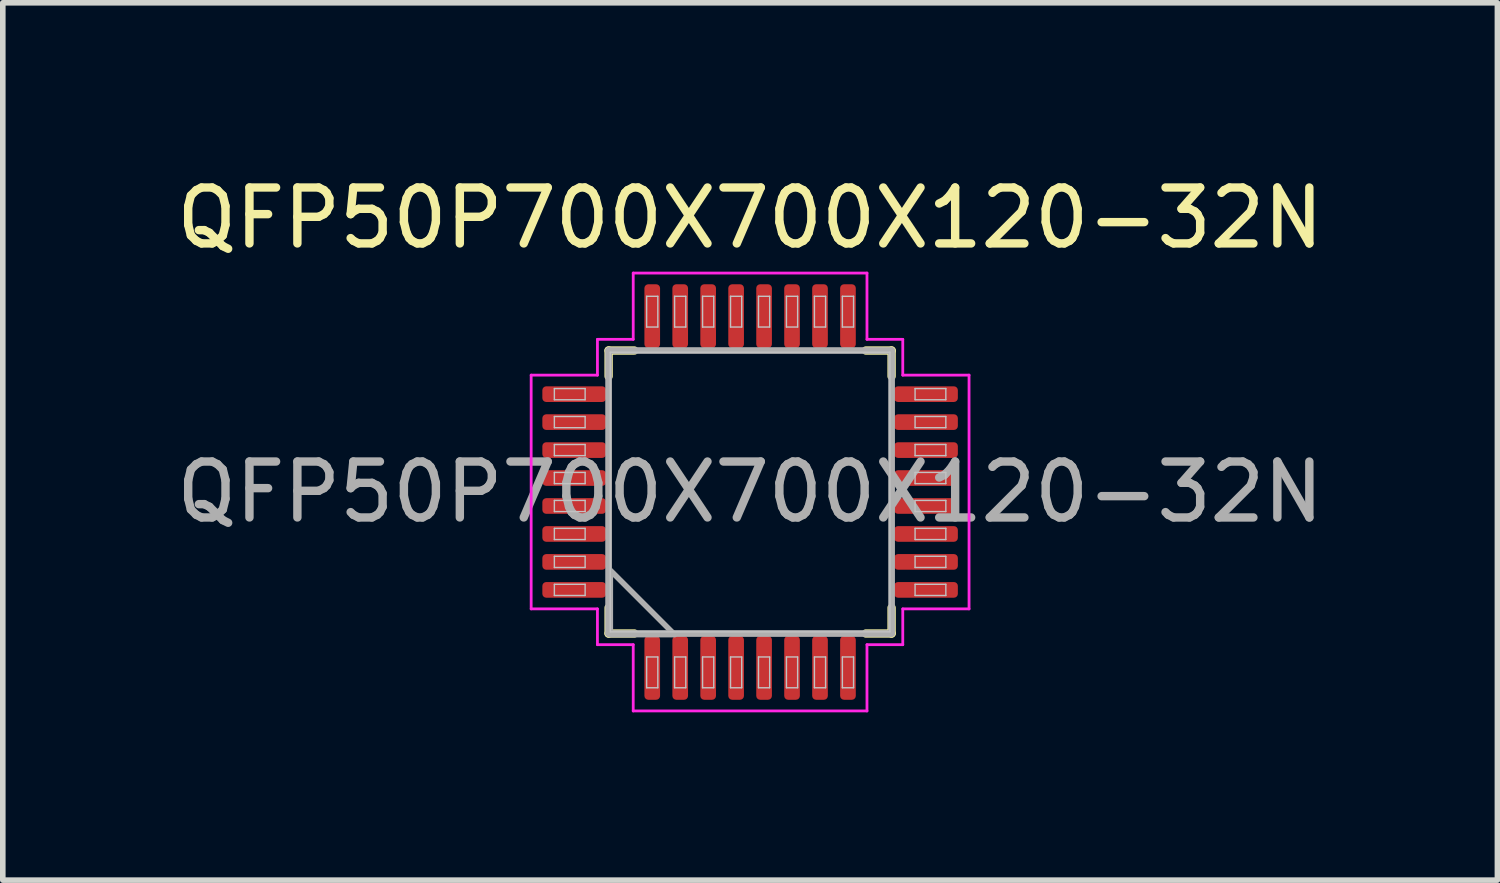
<source format=kicad_pcb>
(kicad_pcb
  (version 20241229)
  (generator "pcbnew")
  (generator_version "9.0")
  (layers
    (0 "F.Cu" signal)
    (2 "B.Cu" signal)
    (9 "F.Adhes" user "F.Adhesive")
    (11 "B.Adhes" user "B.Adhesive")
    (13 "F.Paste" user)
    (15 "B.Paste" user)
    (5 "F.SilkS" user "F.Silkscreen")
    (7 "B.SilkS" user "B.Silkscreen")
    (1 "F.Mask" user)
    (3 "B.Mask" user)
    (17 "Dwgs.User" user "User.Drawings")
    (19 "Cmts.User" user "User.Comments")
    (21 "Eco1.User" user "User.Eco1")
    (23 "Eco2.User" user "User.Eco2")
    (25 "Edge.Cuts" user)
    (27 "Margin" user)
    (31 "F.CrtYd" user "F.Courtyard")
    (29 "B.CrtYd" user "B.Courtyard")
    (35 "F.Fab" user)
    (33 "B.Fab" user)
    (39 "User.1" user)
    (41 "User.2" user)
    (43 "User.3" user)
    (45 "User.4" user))
  (footprint "QFP50P700X700X120-32N"
    (layer "F.Cu")
    (at 10.363 5.748)
    (property "Reference" "QFP50P700X700X120-32N" (at 0 -4.9 0) (layer "F.SilkS") (effects (font (size 1 1) (thickness 0.15))))
    (attr smd)
    (fp_line (start -2.53 -2.53) (end -2.53 -2.07) (stroke (width 0.15) (type solid)) (layer "F.SilkS"))
    (fp_line (start -2.53 2.53) (end -2.53 2.07) (stroke (width 0.15) (type solid)) (layer "F.SilkS"))
    (fp_line (start -2.07 -2.53) (end -2.53 -2.53) (stroke (width 0.15) (type solid)) (layer "F.SilkS"))
    (fp_line (start -2.07 2.53) (end -2.53 2.53) (stroke (width 0.15) (type solid)) (layer "F.SilkS"))
    (fp_line (start 2.07 -2.53) (end 2.53 -2.53) (stroke (width 0.15) (type solid)) (layer "F.SilkS"))
    (fp_line (start 2.07 2.53) (end 2.53 2.53) (stroke (width 0.15) (type solid)) (layer "F.SilkS"))
    (fp_line (start 2.53 -2.53) (end 2.53 -2.07) (stroke (width 0.15) (type solid)) (layer "F.SilkS"))
    (fp_line (start 2.53 2.53) (end 2.53 2.07) (stroke (width 0.15) (type solid)) (layer "F.SilkS"))
    (fp_line (start -3.5 -1.85) (end -2.95 -1.85) (stroke (width 0.025) (type solid)) (layer "Dwgs.User"))
    (fp_line (start -3.5 -1.65) (end -3.5 -1.85) (stroke (width 0.025) (type solid)) (layer "Dwgs.User"))
    (fp_line (start -3.5 -1.35) (end -2.95 -1.35) (stroke (width 0.025) (type solid)) (layer "Dwgs.User"))
    (fp_line (start -3.5 -1.15) (end -3.5 -1.35) (stroke (width 0.025) (type solid)) (layer "Dwgs.User"))
    (fp_line (start -3.5 -0.85) (end -2.95 -0.85) (stroke (width 0.025) (type solid)) (layer "Dwgs.User"))
    (fp_line (start -3.5 -0.65) (end -3.5 -0.85) (stroke (width 0.025) (type solid)) (layer "Dwgs.User"))
    (fp_line (start -3.5 -0.35) (end -2.95 -0.35) (stroke (width 0.025) (type solid)) (layer "Dwgs.User"))
    (fp_line (start -3.5 -0.15) (end -3.5 -0.35) (stroke (width 0.025) (type solid)) (layer "Dwgs.User"))
    (fp_line (start -3.5 0.15) (end -2.95 0.15) (stroke (width 0.025) (type solid)) (layer "Dwgs.User"))
    (fp_line (start -3.5 0.35) (end -3.5 0.15) (stroke (width 0.025) (type solid)) (layer "Dwgs.User"))
    (fp_line (start -3.5 0.65) (end -2.95 0.65) (stroke (width 0.025) (type solid)) (layer "Dwgs.User"))
    (fp_line (start -3.5 0.85) (end -3.5 0.65) (stroke (width 0.025) (type solid)) (layer "Dwgs.User"))
    (fp_line (start -3.5 1.15) (end -2.95 1.15) (stroke (width 0.025) (type solid)) (layer "Dwgs.User"))
    (fp_line (start -3.5 1.35) (end -3.5 1.15) (stroke (width 0.025) (type solid)) (layer "Dwgs.User"))
    (fp_line (start -3.5 1.65) (end -2.95 1.65) (stroke (width 0.025) (type solid)) (layer "Dwgs.User"))
    (fp_line (start -3.5 1.85) (end -3.5 1.65) (stroke (width 0.025) (type solid)) (layer "Dwgs.User"))
    (fp_line (start -2.95 -1.85) (end -2.95 -1.65) (stroke (width 0.025) (type solid)) (layer "Dwgs.User"))
    (fp_line (start -2.95 -1.65) (end -3.5 -1.65) (stroke (width 0.025) (type solid)) (layer "Dwgs.User"))
    (fp_line (start -2.95 -1.35) (end -2.95 -1.15) (stroke (width 0.025) (type solid)) (layer "Dwgs.User"))
    (fp_line (start -2.95 -1.15) (end -3.5 -1.15) (stroke (width 0.025) (type solid)) (layer "Dwgs.User"))
    (fp_line (start -2.95 -0.85) (end -2.95 -0.65) (stroke (width 0.025) (type solid)) (layer "Dwgs.User"))
    (fp_line (start -2.95 -0.65) (end -3.5 -0.65) (stroke (width 0.025) (type solid)) (layer "Dwgs.User"))
    (fp_line (start -2.95 -0.35) (end -2.95 -0.15) (stroke (width 0.025) (type solid)) (layer "Dwgs.User"))
    (fp_line (start -2.95 -0.15) (end -3.5 -0.15) (stroke (width 0.025) (type solid)) (layer "Dwgs.User"))
    (fp_line (start -2.95 0.15) (end -2.95 0.35) (stroke (width 0.025) (type solid)) (layer "Dwgs.User"))
    (fp_line (start -2.95 0.35) (end -3.5 0.35) (stroke (width 0.025) (type solid)) (layer "Dwgs.User"))
    (fp_line (start -2.95 0.65) (end -2.95 0.85) (stroke (width 0.025) (type solid)) (layer "Dwgs.User"))
    (fp_line (start -2.95 0.85) (end -3.5 0.85) (stroke (width 0.025) (type solid)) (layer "Dwgs.User"))
    (fp_line (start -2.95 1.15) (end -2.95 1.35) (stroke (width 0.025) (type solid)) (layer "Dwgs.User"))
    (fp_line (start -2.95 1.35) (end -3.5 1.35) (stroke (width 0.025) (type solid)) (layer "Dwgs.User"))
    (fp_line (start -2.95 1.65) (end -2.95 1.85) (stroke (width 0.025) (type solid)) (layer "Dwgs.User"))
    (fp_line (start -2.95 1.85) (end -3.5 1.85) (stroke (width 0.025) (type solid)) (layer "Dwgs.User"))
    (fp_line (start -2.5 -2.5) (end 2.5 -2.5) (stroke (width 0.025) (type solid)) (layer "Dwgs.User"))
    (fp_line (start -2.5 2.5) (end -2.5 -2.5) (stroke (width 0.025) (type solid)) (layer "Dwgs.User"))
    (fp_line (start -1.85 -3.5) (end -1.65 -3.5) (stroke (width 0.025) (type solid)) (layer "Dwgs.User"))
    (fp_line (start -1.85 -2.95) (end -1.85 -3.5) (stroke (width 0.025) (type solid)) (layer "Dwgs.User"))
    (fp_line (start -1.85 2.95) (end -1.65 2.95) (stroke (width 0.025) (type solid)) (layer "Dwgs.User"))
    (fp_line (start -1.85 3.5) (end -1.85 2.95) (stroke (width 0.025) (type solid)) (layer "Dwgs.User"))
    (fp_line (start -1.65 -3.5) (end -1.65 -2.95) (stroke (width 0.025) (type solid)) (layer "Dwgs.User"))
    (fp_line (start -1.65 -2.95) (end -1.85 -2.95) (stroke (width 0.025) (type solid)) (layer "Dwgs.User"))
    (fp_line (start -1.65 2.95) (end -1.65 3.5) (stroke (width 0.025) (type solid)) (layer "Dwgs.User"))
    (fp_line (start -1.65 3.5) (end -1.85 3.5) (stroke (width 0.025) (type solid)) (layer "Dwgs.User"))
    (fp_line (start -1.35 -3.5) (end -1.15 -3.5) (stroke (width 0.025) (type solid)) (layer "Dwgs.User"))
    (fp_line (start -1.35 -2.95) (end -1.35 -3.5) (stroke (width 0.025) (type solid)) (layer "Dwgs.User"))
    (fp_line (start -1.35 2.95) (end -1.15 2.95) (stroke (width 0.025) (type solid)) (layer "Dwgs.User"))
    (fp_line (start -1.35 3.5) (end -1.35 2.95) (stroke (width 0.025) (type solid)) (layer "Dwgs.User"))
    (fp_line (start -1.15 -3.5) (end -1.15 -2.95) (stroke (width 0.025) (type solid)) (layer "Dwgs.User"))
    (fp_line (start -1.15 -2.95) (end -1.35 -2.95) (stroke (width 0.025) (type solid)) (layer "Dwgs.User"))
    (fp_line (start -1.15 2.95) (end -1.15 3.5) (stroke (width 0.025) (type solid)) (layer "Dwgs.User"))
    (fp_line (start -1.15 3.5) (end -1.35 3.5) (stroke (width 0.025) (type solid)) (layer "Dwgs.User"))
    (fp_line (start -0.85 -3.5) (end -0.65 -3.5) (stroke (width 0.025) (type solid)) (layer "Dwgs.User"))
    (fp_line (start -0.85 -2.95) (end -0.85 -3.5) (stroke (width 0.025) (type solid)) (layer "Dwgs.User"))
    (fp_line (start -0.85 2.95) (end -0.65 2.95) (stroke (width 0.025) (type solid)) (layer "Dwgs.User"))
    (fp_line (start -0.85 3.5) (end -0.85 2.95) (stroke (width 0.025) (type solid)) (layer "Dwgs.User"))
    (fp_line (start -0.65 -3.5) (end -0.65 -2.95) (stroke (width 0.025) (type solid)) (layer "Dwgs.User"))
    (fp_line (start -0.65 -2.95) (end -0.85 -2.95) (stroke (width 0.025) (type solid)) (layer "Dwgs.User"))
    (fp_line (start -0.65 2.95) (end -0.65 3.5) (stroke (width 0.025) (type solid)) (layer "Dwgs.User"))
    (fp_line (start -0.65 3.5) (end -0.85 3.5) (stroke (width 0.025) (type solid)) (layer "Dwgs.User"))
    (fp_line (start -0.35 -3.5) (end -0.15 -3.5) (stroke (width 0.025) (type solid)) (layer "Dwgs.User"))
    (fp_line (start -0.35 -2.95) (end -0.35 -3.5) (stroke (width 0.025) (type solid)) (layer "Dwgs.User"))
    (fp_line (start -0.35 2.95) (end -0.15 2.95) (stroke (width 0.025) (type solid)) (layer "Dwgs.User"))
    (fp_line (start -0.35 3.5) (end -0.35 2.95) (stroke (width 0.025) (type solid)) (layer "Dwgs.User"))
    (fp_line (start -0.15 -3.5) (end -0.15 -2.95) (stroke (width 0.025) (type solid)) (layer "Dwgs.User"))
    (fp_line (start -0.15 -2.95) (end -0.35 -2.95) (stroke (width 0.025) (type solid)) (layer "Dwgs.User"))
    (fp_line (start -0.15 2.95) (end -0.15 3.5) (stroke (width 0.025) (type solid)) (layer "Dwgs.User"))
    (fp_line (start -0.15 3.5) (end -0.35 3.5) (stroke (width 0.025) (type solid)) (layer "Dwgs.User"))
    (fp_line (start 0.15 -3.5) (end 0.35 -3.5) (stroke (width 0.025) (type solid)) (layer "Dwgs.User"))
    (fp_line (start 0.15 -2.95) (end 0.15 -3.5) (stroke (width 0.025) (type solid)) (layer "Dwgs.User"))
    (fp_line (start 0.15 2.95) (end 0.35 2.95) (stroke (width 0.025) (type solid)) (layer "Dwgs.User"))
    (fp_line (start 0.15 3.5) (end 0.15 2.95) (stroke (width 0.025) (type solid)) (layer "Dwgs.User"))
    (fp_line (start 0.35 -3.5) (end 0.35 -2.95) (stroke (width 0.025) (type solid)) (layer "Dwgs.User"))
    (fp_line (start 0.35 -2.95) (end 0.15 -2.95) (stroke (width 0.025) (type solid)) (layer "Dwgs.User"))
    (fp_line (start 0.35 2.95) (end 0.35 3.5) (stroke (width 0.025) (type solid)) (layer "Dwgs.User"))
    (fp_line (start 0.35 3.5) (end 0.15 3.5) (stroke (width 0.025) (type solid)) (layer "Dwgs.User"))
    (fp_line (start 0.65 -3.5) (end 0.85 -3.5) (stroke (width 0.025) (type solid)) (layer "Dwgs.User"))
    (fp_line (start 0.65 -2.95) (end 0.65 -3.5) (stroke (width 0.025) (type solid)) (layer "Dwgs.User"))
    (fp_line (start 0.65 2.95) (end 0.85 2.95) (stroke (width 0.025) (type solid)) (layer "Dwgs.User"))
    (fp_line (start 0.65 3.5) (end 0.65 2.95) (stroke (width 0.025) (type solid)) (layer "Dwgs.User"))
    (fp_line (start 0.85 -3.5) (end 0.85 -2.95) (stroke (width 0.025) (type solid)) (layer "Dwgs.User"))
    (fp_line (start 0.85 -2.95) (end 0.65 -2.95) (stroke (width 0.025) (type solid)) (layer "Dwgs.User"))
    (fp_line (start 0.85 2.95) (end 0.85 3.5) (stroke (width 0.025) (type solid)) (layer "Dwgs.User"))
    (fp_line (start 0.85 3.5) (end 0.65 3.5) (stroke (width 0.025) (type solid)) (layer "Dwgs.User"))
    (fp_line (start 1.15 -3.5) (end 1.35 -3.5) (stroke (width 0.025) (type solid)) (layer "Dwgs.User"))
    (fp_line (start 1.15 -2.95) (end 1.15 -3.5) (stroke (width 0.025) (type solid)) (layer "Dwgs.User"))
    (fp_line (start 1.15 2.95) (end 1.35 2.95) (stroke (width 0.025) (type solid)) (layer "Dwgs.User"))
    (fp_line (start 1.15 3.5) (end 1.15 2.95) (stroke (width 0.025) (type solid)) (layer "Dwgs.User"))
    (fp_line (start 1.35 -3.5) (end 1.35 -2.95) (stroke (width 0.025) (type solid)) (layer "Dwgs.User"))
    (fp_line (start 1.35 -2.95) (end 1.15 -2.95) (stroke (width 0.025) (type solid)) (layer "Dwgs.User"))
    (fp_line (start 1.35 2.95) (end 1.35 3.5) (stroke (width 0.025) (type solid)) (layer "Dwgs.User"))
    (fp_line (start 1.35 3.5) (end 1.15 3.5) (stroke (width 0.025) (type solid)) (layer "Dwgs.User"))
    (fp_line (start 1.65 -3.5) (end 1.85 -3.5) (stroke (width 0.025) (type solid)) (layer "Dwgs.User"))
    (fp_line (start 1.65 -2.95) (end 1.65 -3.5) (stroke (width 0.025) (type solid)) (layer "Dwgs.User"))
    (fp_line (start 1.65 2.95) (end 1.85 2.95) (stroke (width 0.025) (type solid)) (layer "Dwgs.User"))
    (fp_line (start 1.65 3.5) (end 1.65 2.95) (stroke (width 0.025) (type solid)) (layer "Dwgs.User"))
    (fp_line (start 1.85 -3.5) (end 1.85 -2.95) (stroke (width 0.025) (type solid)) (layer "Dwgs.User"))
    (fp_line (start 1.85 -2.95) (end 1.65 -2.95) (stroke (width 0.025) (type solid)) (layer "Dwgs.User"))
    (fp_line (start 1.85 2.95) (end 1.85 3.5) (stroke (width 0.025) (type solid)) (layer "Dwgs.User"))
    (fp_line (start 1.85 3.5) (end 1.65 3.5) (stroke (width 0.025) (type solid)) (layer "Dwgs.User"))
    (fp_line (start 2.5 -2.5) (end 2.5 2.5) (stroke (width 0.025) (type solid)) (layer "Dwgs.User"))
    (fp_line (start 2.5 2.5) (end -2.5 2.5) (stroke (width 0.025) (type solid)) (layer "Dwgs.User"))
    (fp_line (start 2.95 -1.85) (end 3.5 -1.85) (stroke (width 0.025) (type solid)) (layer "Dwgs.User"))
    (fp_line (start 2.95 -1.65) (end 2.95 -1.85) (stroke (width 0.025) (type solid)) (layer "Dwgs.User"))
    (fp_line (start 2.95 -1.35) (end 3.5 -1.35) (stroke (width 0.025) (type solid)) (layer "Dwgs.User"))
    (fp_line (start 2.95 -1.15) (end 2.95 -1.35) (stroke (width 0.025) (type solid)) (layer "Dwgs.User"))
    (fp_line (start 2.95 -0.85) (end 3.5 -0.85) (stroke (width 0.025) (type solid)) (layer "Dwgs.User"))
    (fp_line (start 2.95 -0.65) (end 2.95 -0.85) (stroke (width 0.025) (type solid)) (layer "Dwgs.User"))
    (fp_line (start 2.95 -0.35) (end 3.5 -0.35) (stroke (width 0.025) (type solid)) (layer "Dwgs.User"))
    (fp_line (start 2.95 -0.15) (end 2.95 -0.35) (stroke (width 0.025) (type solid)) (layer "Dwgs.User"))
    (fp_line (start 2.95 0.15) (end 3.5 0.15) (stroke (width 0.025) (type solid)) (layer "Dwgs.User"))
    (fp_line (start 2.95 0.35) (end 2.95 0.15) (stroke (width 0.025) (type solid)) (layer "Dwgs.User"))
    (fp_line (start 2.95 0.65) (end 3.5 0.65) (stroke (width 0.025) (type solid)) (layer "Dwgs.User"))
    (fp_line (start 2.95 0.85) (end 2.95 0.65) (stroke (width 0.025) (type solid)) (layer "Dwgs.User"))
    (fp_line (start 2.95 1.15) (end 3.5 1.15) (stroke (width 0.025) (type solid)) (layer "Dwgs.User"))
    (fp_line (start 2.95 1.35) (end 2.95 1.15) (stroke (width 0.025) (type solid)) (layer "Dwgs.User"))
    (fp_line (start 2.95 1.65) (end 3.5 1.65) (stroke (width 0.025) (type solid)) (layer "Dwgs.User"))
    (fp_line (start 2.95 1.85) (end 2.95 1.65) (stroke (width 0.025) (type solid)) (layer "Dwgs.User"))
    (fp_line (start 3.5 -1.85) (end 3.5 -1.65) (stroke (width 0.025) (type solid)) (layer "Dwgs.User"))
    (fp_line (start 3.5 -1.65) (end 2.95 -1.65) (stroke (width 0.025) (type solid)) (layer "Dwgs.User"))
    (fp_line (start 3.5 -1.35) (end 3.5 -1.15) (stroke (width 0.025) (type solid)) (layer "Dwgs.User"))
    (fp_line (start 3.5 -1.15) (end 2.95 -1.15) (stroke (width 0.025) (type solid)) (layer "Dwgs.User"))
    (fp_line (start 3.5 -0.85) (end 3.5 -0.65) (stroke (width 0.025) (type solid)) (layer "Dwgs.User"))
    (fp_line (start 3.5 -0.65) (end 2.95 -0.65) (stroke (width 0.025) (type solid)) (layer "Dwgs.User"))
    (fp_line (start 3.5 -0.35) (end 3.5 -0.15) (stroke (width 0.025) (type solid)) (layer "Dwgs.User"))
    (fp_line (start 3.5 -0.15) (end 2.95 -0.15) (stroke (width 0.025) (type solid)) (layer "Dwgs.User"))
    (fp_line (start 3.5 0.15) (end 3.5 0.35) (stroke (width 0.025) (type solid)) (layer "Dwgs.User"))
    (fp_line (start 3.5 0.35) (end 2.95 0.35) (stroke (width 0.025) (type solid)) (layer "Dwgs.User"))
    (fp_line (start 3.5 0.65) (end 3.5 0.85) (stroke (width 0.025) (type solid)) (layer "Dwgs.User"))
    (fp_line (start 3.5 0.85) (end 2.95 0.85) (stroke (width 0.025) (type solid)) (layer "Dwgs.User"))
    (fp_line (start 3.5 1.15) (end 3.5 1.35) (stroke (width 0.025) (type solid)) (layer "Dwgs.User"))
    (fp_line (start 3.5 1.35) (end 2.95 1.35) (stroke (width 0.025) (type solid)) (layer "Dwgs.User"))
    (fp_line (start 3.5 1.65) (end 3.5 1.85) (stroke (width 0.025) (type solid)) (layer "Dwgs.User"))
    (fp_line (start 3.5 1.85) (end 2.95 1.85) (stroke (width 0.025) (type solid)) (layer "Dwgs.User"))
    (fp_line (start -3.915 -2.09) (end -3.915 2.09) (stroke (width 0.05) (type solid)) (layer "F.CrtYd"))
    (fp_line (start -3.915 2.09) (end -2.73 2.09) (stroke (width 0.05) (type solid)) (layer "F.CrtYd"))
    (fp_line (start -2.73 -2.73) (end -2.73 -2.09) (stroke (width 0.05) (type solid)) (layer "F.CrtYd"))
    (fp_line (start -2.73 -2.09) (end -3.915 -2.09) (stroke (width 0.05) (type solid)) (layer "F.CrtYd"))
    (fp_line (start -2.73 2.09) (end -2.73 2.73) (stroke (width 0.05) (type solid)) (layer "F.CrtYd"))
    (fp_line (start -2.73 2.73) (end -2.09 2.73) (stroke (width 0.05) (type solid)) (layer "F.CrtYd"))
    (fp_line (start -2.09 -3.915) (end -2.09 -2.73) (stroke (width 0.05) (type solid)) (layer "F.CrtYd"))
    (fp_line (start -2.09 -2.73) (end -2.73 -2.73) (stroke (width 0.05) (type solid)) (layer "F.CrtYd"))
    (fp_line (start -2.09 2.73) (end -2.09 3.915) (stroke (width 0.05) (type solid)) (layer "F.CrtYd"))
    (fp_line (start -2.09 3.915) (end 2.09 3.915) (stroke (width 0.05) (type solid)) (layer "F.CrtYd"))
    (fp_line (start 2.09 -3.915) (end -2.09 -3.915) (stroke (width 0.05) (type solid)) (layer "F.CrtYd"))
    (fp_line (start 2.09 -2.73) (end 2.09 -3.915) (stroke (width 0.05) (type solid)) (layer "F.CrtYd"))
    (fp_line (start 2.09 2.73) (end 2.73 2.73) (stroke (width 0.05) (type solid)) (layer "F.CrtYd"))
    (fp_line (start 2.09 3.915) (end 2.09 2.73) (stroke (width 0.05) (type solid)) (layer "F.CrtYd"))
    (fp_line (start 2.73 -2.73) (end 2.09 -2.73) (stroke (width 0.05) (type solid)) (layer "F.CrtYd"))
    (fp_line (start 2.73 -2.09) (end 2.73 -2.73) (stroke (width 0.05) (type solid)) (layer "F.CrtYd"))
    (fp_line (start 2.73 2.09) (end 3.915 2.09) (stroke (width 0.05) (type solid)) (layer "F.CrtYd"))
    (fp_line (start 2.73 2.73) (end 2.73 2.09) (stroke (width 0.05) (type solid)) (layer "F.CrtYd"))
    (fp_line (start 3.915 -2.09) (end 2.73 -2.09) (stroke (width 0.05) (type solid)) (layer "F.CrtYd"))
    (fp_line (start 3.915 2.09) (end 3.915 -2.09) (stroke (width 0.05) (type solid)) (layer "F.CrtYd"))
    (fp_line (start -2.53 -2.53) (end 2.53 -2.53) (stroke (width 0.12) (type solid)) (layer "F.Fab"))
    (fp_line (start -2.53 2.53) (end -2.53 -2.53) (stroke (width 0.12) (type solid)) (layer "F.Fab"))
    (fp_line (start 2.53 -2.53) (end 2.53 2.53) (stroke (width 0.12) (type solid)) (layer "F.Fab"))
    (fp_line (start 2.53 2.53) (end -2.53 2.53) (stroke (width 0.12) (type solid)) (layer "F.Fab"))
    (fp_poly (pts (xy -1.35 2.55) (xy -2.5 2.55) (xy -2.5 1.4)) (stroke (width 0.1) (type solid)) (fill no) (layer "F.Fab"))
    (fp_text user "${REFERENCE}" (at 0 0 0) (layer "F.Fab") (effects (font (size 1 1) (thickness 0.15))))
    (pad "1" smd roundrect (at -1.75 3.145 90) (size 1.14 0.28) (layers "F.Cu" "F.Mask" "F.Paste") (roundrect_rratio 0.25))
    (pad "2" smd roundrect (at -1.25 3.145 90) (size 1.14 0.28) (layers "F.Cu" "F.Mask" "F.Paste") (roundrect_rratio 0.25))
    (pad "3" smd roundrect (at -0.75 3.145 90) (size 1.14 0.28) (layers "F.Cu" "F.Mask" "F.Paste") (roundrect_rratio 0.25))
    (pad "4" smd roundrect (at -0.25 3.145 90) (size 1.14 0.28) (layers "F.Cu" "F.Mask" "F.Paste") (roundrect_rratio 0.25))
    (pad "5" smd roundrect (at 0.25 3.145 90) (size 1.14 0.28) (layers "F.Cu" "F.Mask" "F.Paste") (roundrect_rratio 0.25))
    (pad "6" smd roundrect (at 0.75 3.145 90) (size 1.14 0.28) (layers "F.Cu" "F.Mask" "F.Paste") (roundrect_rratio 0.25))
    (pad "7" smd roundrect (at 1.25 3.145 90) (size 1.14 0.28) (layers "F.Cu" "F.Mask" "F.Paste") (roundrect_rratio 0.25))
    (pad "8" smd roundrect (at 1.75 3.145 90) (size 1.14 0.28) (layers "F.Cu" "F.Mask" "F.Paste") (roundrect_rratio 0.25))
    (pad "9" smd roundrect (at 3.145 1.75) (size 1.14 0.28) (layers "F.Cu" "F.Mask" "F.Paste") (roundrect_rratio 0.25))
    (pad "10" smd roundrect (at 3.145 1.25) (size 1.14 0.28) (layers "F.Cu" "F.Mask" "F.Paste") (roundrect_rratio 0.25))
    (pad "11" smd roundrect (at 3.145 0.75) (size 1.14 0.28) (layers "F.Cu" "F.Mask" "F.Paste") (roundrect_rratio 0.25))
    (pad "12" smd roundrect (at 3.145 0.25) (size 1.14 0.28) (layers "F.Cu" "F.Mask" "F.Paste") (roundrect_rratio 0.25))
    (pad "13" smd roundrect (at 3.145 -0.25) (size 1.14 0.28) (layers "F.Cu" "F.Mask" "F.Paste") (roundrect_rratio 0.25))
    (pad "14" smd roundrect (at 3.145 -0.75) (size 1.14 0.28) (layers "F.Cu" "F.Mask" "F.Paste") (roundrect_rratio 0.25))
    (pad "15" smd roundrect (at 3.145 -1.25) (size 1.14 0.28) (layers "F.Cu" "F.Mask" "F.Paste") (roundrect_rratio 0.25))
    (pad "16" smd roundrect (at 3.145 -1.75) (size 1.14 0.28) (layers "F.Cu" "F.Mask" "F.Paste") (roundrect_rratio 0.25))
    (pad "17" smd roundrect (at 1.75 -3.145 90) (size 1.14 0.28) (layers "F.Cu" "F.Mask" "F.Paste") (roundrect_rratio 0.25))
    (pad "18" smd roundrect (at 1.25 -3.145 90) (size 1.14 0.28) (layers "F.Cu" "F.Mask" "F.Paste") (roundrect_rratio 0.25))
    (pad "19" smd roundrect (at 0.75 -3.145 90) (size 1.14 0.28) (layers "F.Cu" "F.Mask" "F.Paste") (roundrect_rratio 0.25))
    (pad "20" smd roundrect (at 0.25 -3.145 90) (size 1.14 0.28) (layers "F.Cu" "F.Mask" "F.Paste") (roundrect_rratio 0.25))
    (pad "21" smd roundrect (at -0.25 -3.145 90) (size 1.14 0.28) (layers "F.Cu" "F.Mask" "F.Paste") (roundrect_rratio 0.25))
    (pad "22" smd roundrect (at -0.75 -3.145 90) (size 1.14 0.28) (layers "F.Cu" "F.Mask" "F.Paste") (roundrect_rratio 0.25))
    (pad "23" smd roundrect (at -1.25 -3.145 90) (size 1.14 0.28) (layers "F.Cu" "F.Mask" "F.Paste") (roundrect_rratio 0.25))
    (pad "24" smd roundrect (at -1.75 -3.145 90) (size 1.14 0.28) (layers "F.Cu" "F.Mask" "F.Paste") (roundrect_rratio 0.25))
    (pad "25" smd roundrect (at -3.145 -1.75) (size 1.14 0.28) (layers "F.Cu" "F.Mask" "F.Paste") (roundrect_rratio 0.25))
    (pad "26" smd roundrect (at -3.145 -1.25) (size 1.14 0.28) (layers "F.Cu" "F.Mask" "F.Paste") (roundrect_rratio 0.25))
    (pad "27" smd roundrect (at -3.145 -0.75) (size 1.14 0.28) (layers "F.Cu" "F.Mask" "F.Paste") (roundrect_rratio 0.25))
    (pad "28" smd roundrect (at -3.145 -0.25) (size 1.14 0.28) (layers "F.Cu" "F.Mask" "F.Paste") (roundrect_rratio 0.25))
    (pad "29" smd roundrect (at -3.145 0.25) (size 1.14 0.28) (layers "F.Cu" "F.Mask" "F.Paste") (roundrect_rratio 0.25))
    (pad "30" smd roundrect (at -3.145 0.75) (size 1.14 0.28) (layers "F.Cu" "F.Mask" "F.Paste") (roundrect_rratio 0.25))
    (pad "31" smd roundrect (at -3.145 1.25) (size 1.14 0.28) (layers "F.Cu" "F.Mask" "F.Paste") (roundrect_rratio 0.25))
    (pad "32" smd roundrect (at -3.145 1.75) (size 1.14 0.28) (layers "F.Cu" "F.Mask" "F.Paste") (roundrect_rratio 0.25)))
  (gr_rect
    (start -3 -3)
    (end 23.726 12.688)
    (stroke (width 0.1) (type default))
    (fill no)
    (layer "Edge.Cuts")))
</source>
